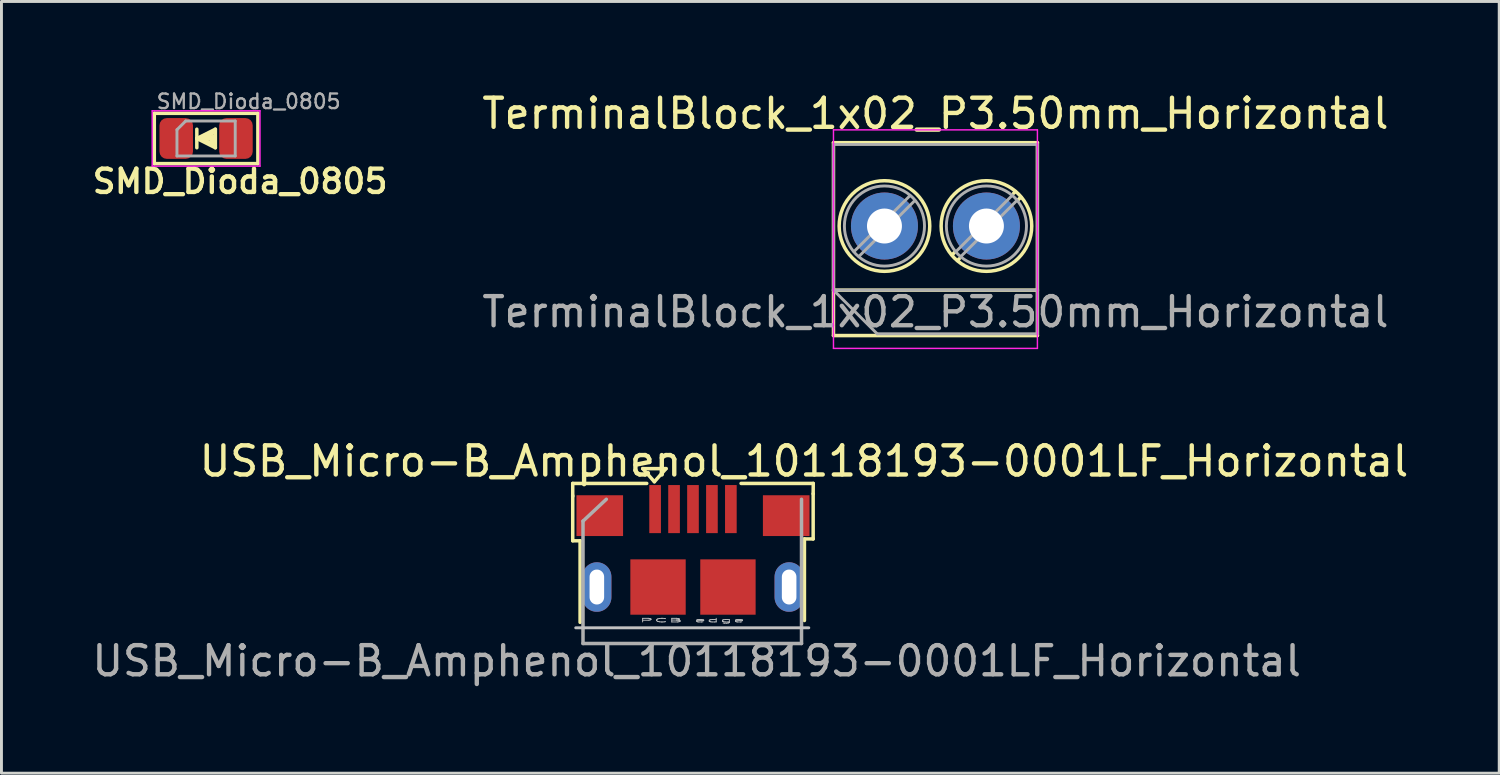
<source format=kicad_pcb>
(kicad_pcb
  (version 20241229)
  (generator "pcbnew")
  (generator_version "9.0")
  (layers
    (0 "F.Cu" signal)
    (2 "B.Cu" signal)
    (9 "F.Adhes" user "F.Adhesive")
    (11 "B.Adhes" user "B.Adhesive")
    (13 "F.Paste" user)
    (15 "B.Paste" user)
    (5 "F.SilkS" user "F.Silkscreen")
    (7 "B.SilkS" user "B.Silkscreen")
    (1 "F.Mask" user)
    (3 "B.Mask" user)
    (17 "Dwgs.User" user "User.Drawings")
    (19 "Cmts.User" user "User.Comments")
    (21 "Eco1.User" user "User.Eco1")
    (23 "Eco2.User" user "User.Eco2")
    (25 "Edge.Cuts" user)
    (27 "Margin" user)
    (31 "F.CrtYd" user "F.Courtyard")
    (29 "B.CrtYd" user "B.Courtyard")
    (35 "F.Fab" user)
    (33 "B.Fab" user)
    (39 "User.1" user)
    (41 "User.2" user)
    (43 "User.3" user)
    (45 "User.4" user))
  (footprint "SMD_Dioda_0805"
    (layer "F.Cu")
    (at 4.024 1.703)
    (property "Reference" "SMD_Dioda_0805" (at 1.168 1.473 0) (layer "F.SilkS") (effects (font (size 0.8 0.8) (thickness 0.15))))
    (attr smd)
    (fp_line (start -1.778 -0.864) (end -1.778 0.864) (stroke (width 0.12) (type solid)) (layer "F.SilkS"))
    (fp_line (start -1.778 0.864) (end 1.778 0.864) (stroke (width 0.12) (type solid)) (layer "F.SilkS"))
    (fp_line (start -0.318 -0.318) (end -0.318 0.318) (stroke (width 0.12) (type solid)) (layer "F.SilkS"))
    (fp_line (start -0.318 0) (end 0.318 0.318) (stroke (width 0.12) (type solid)) (layer "F.SilkS"))
    (fp_line (start -0.191 0) (end 0.254 0.191) (stroke (width 0.12) (type solid)) (layer "F.SilkS"))
    (fp_line (start -0.127 0) (end 0.254 -0.191) (stroke (width 0.12) (type solid)) (layer "F.SilkS"))
    (fp_line (start -0.127 0) (end 0.254 0) (stroke (width 0.12) (type solid)) (layer "F.SilkS"))
    (fp_line (start 0.127 0) (end -0.318 0) (stroke (width 0.12) (type solid)) (layer "F.SilkS"))
    (fp_line (start 0.254 -0.064) (end -0.191 0) (stroke (width 0.12) (type solid)) (layer "F.SilkS"))
    (fp_line (start 0.254 0) (end 0.254 0.127) (stroke (width 0.12) (type solid)) (layer "F.SilkS"))
    (fp_line (start 0.254 0.127) (end 0.127 0) (stroke (width 0.12) (type solid)) (layer "F.SilkS"))
    (fp_line (start 0.318 -0.318) (end -0.318 0) (stroke (width 0.12) (type solid)) (layer "F.SilkS"))
    (fp_line (start 0.318 -0.318) (end 0.318 0.318) (stroke (width 0.12) (type solid)) (layer "F.SilkS"))
    (fp_line (start 1.778 -0.864) (end -1.778 -0.864) (stroke (width 0.12) (type solid)) (layer "F.SilkS"))
    (fp_line (start 1.778 -0.864) (end 1.778 0.864) (stroke (width 0.12) (type solid)) (layer "F.SilkS"))
    (fp_line (start -1.85 -0.95) (end 1.85 -0.95) (stroke (width 0.05) (type solid)) (layer "F.CrtYd"))
    (fp_line (start -1.85 0.95) (end -1.85 -0.95) (stroke (width 0.05) (type solid)) (layer "F.CrtYd"))
    (fp_line (start 1.85 -0.95) (end 1.85 0.95) (stroke (width 0.05) (type solid)) (layer "F.CrtYd"))
    (fp_line (start 1.85 0.95) (end -1.85 0.95) (stroke (width 0.05) (type solid)) (layer "F.CrtYd"))
    (fp_line (start -1 -0.3) (end -1 0.6) (stroke (width 0.1) (type solid)) (layer "F.Fab"))
    (fp_line (start -1 0.6) (end 1 0.6) (stroke (width 0.1) (type solid)) (layer "F.Fab"))
    (fp_line (start -0.7 -0.6) (end -1 -0.3) (stroke (width 0.1) (type solid)) (layer "F.Fab"))
    (fp_line (start 1 -0.6) (end -0.7 -0.6) (stroke (width 0.1) (type solid)) (layer "F.Fab"))
    (fp_line (start 1 0.6) (end 1 -0.6) (stroke (width 0.1) (type solid)) (layer "F.Fab"))
    (fp_text user "${REFERENCE}" (at 1.46 -1.27 0) (layer "F.Fab") (effects (font (size 0.5 0.5) (thickness 0.08))))
    (pad "1" smd roundrect (at -1.025 0) (size 1.15 1.4) (layers "F.Cu" "F.Mask" "F.Paste") (roundrect_rratio 0.217))
    (pad "2" smd roundrect (at 1.025 0) (size 1.15 1.4) (layers "F.Cu" "F.Mask" "F.Paste") (roundrect_rratio 0.217)))
  (footprint "USB_Micro-B_Amphenol_10118193-0001LF_Horizontal"
    (layer "F.Cu")
    (at 20.736 17.099)
    (property "Reference" "USB_Micro-B_Amphenol_10118193-0001LF_Horizontal" (at 3.81 -4.318 180) (layer "F.SilkS") (effects (font (size 1 1) (thickness 0.15))))
    (attr smd)
    (fp_line (start -4.128 -3.556) (end -4.128 -3.111) (stroke (width 0.12) (type solid)) (layer "F.SilkS"))
    (fp_line (start -4.128 -1.589) (end -4.128 -3.139) (stroke (width 0.12) (type solid)) (layer "F.SilkS"))
    (fp_line (start -3.875 1.211) (end -3.875 -1.589) (stroke (width 0.12) (type solid)) (layer "F.SilkS"))
    (fp_line (start -3.873 -1.587) (end -4.128 -1.587) (stroke (width 0.12) (type solid)) (layer "F.SilkS"))
    (fp_line (start -1.725 -4.064) (end -0.925 -4.064) (stroke (width 0.12) (type solid)) (layer "F.SilkS"))
    (fp_line (start -1.587 -3.556) (end -4.128 -3.556) (stroke (width 0.12) (type solid)) (layer "F.SilkS"))
    (fp_line (start -1.325 -3.614) (end -1.725 -4.064) (stroke (width 0.12) (type solid)) (layer "F.SilkS"))
    (fp_line (start -0.925 -4.064) (end -1.325 -3.614) (stroke (width 0.12) (type solid)) (layer "F.SilkS"))
    (fp_line (start 3.825 -1.651) (end 4.125 -1.651) (stroke (width 0.12) (type solid)) (layer "F.SilkS"))
    (fp_line (start 3.825 1.149) (end 3.825 -1.651) (stroke (width 0.12) (type solid)) (layer "F.SilkS"))
    (fp_line (start 4.125 -3.201) (end 4.128 -3.556) (stroke (width 0.12) (type solid)) (layer "F.SilkS"))
    (fp_line (start 4.125 -1.651) (end 4.125 -3.201) (stroke (width 0.12) (type solid)) (layer "F.SilkS"))
    (fp_line (start 4.128 -3.556) (end 1.651 -3.556) (stroke (width 0.12) (type solid)) (layer "F.SilkS"))
    (fp_line (start -4.025 1.4) (end 3.975 1.4) (stroke (width 0.1) (type solid)) (layer "Dwgs.User"))
    (fp_line (start -3.775 -2.262) (end -2.975 -3.012) (stroke (width 0.12) (type solid)) (layer "F.Fab"))
    (fp_line (start -3.775 1.938) (end -3.775 -2.262) (stroke (width 0.12) (type solid)) (layer "F.Fab"))
    (fp_line (start 3.725 -3.012) (end 3.725 1.938) (stroke (width 0.12) (type solid)) (layer "F.Fab"))
    (fp_line (start 3.725 1.938) (end -3.775 1.938) (stroke (width 0.12) (type solid)) (layer "F.Fab"))
    (fp_text user "PCB edge" (at -0.025 1.143 180) (layer "Dwgs.User") (effects (font (size 0.125 0.5) (thickness 0.031))))
    (fp_text user "${REFERENCE}" (at 0.127 2.54 180) (layer "F.Fab") (effects (font (size 1 1) (thickness 0.15))))
    (pad "1" smd rect (at -1.3 -2.675 90) (size 1.65 0.4) (layers "F.Cu" "F.Mask" "F.Paste"))
    (pad "2" smd rect (at -0.65 -2.675 90) (size 1.65 0.4) (layers "F.Cu" "F.Mask" "F.Paste"))
    (pad "3" smd rect (at 0 -2.675 90) (size 1.65 0.4) (layers "F.Cu" "F.Mask" "F.Paste"))
    (pad "4" smd rect (at 0.65 -2.675 90) (size 1.65 0.4) (layers "F.Cu" "F.Mask" "F.Paste"))
    (pad "5" smd rect (at 1.3 -2.675 90) (size 1.65 0.4) (layers "F.Cu" "F.Mask" "F.Paste"))
    (pad "6" thru_hole oval (at -3.3 0 90) (size 1.7 1) (drill oval 1.2 0.5) (layers "*.Cu" "*.Mask"))
    (pad "6" smd rect (at -3.2 -2.45) (size 1.6 1.4) (layers "F.Cu" "F.Mask" "F.Paste"))
    (pad "6" smd rect (at -1.2 0 90) (size 1.9 1.9) (layers "F.Cu" "F.Mask" "F.Paste"))
    (pad "6" smd rect (at 1.2 0 90) (size 1.9 1.9) (layers "F.Cu" "F.Mask" "F.Paste"))
    (pad "6" smd rect (at 3.2 -2.45) (size 1.6 1.4) (layers "F.Cu" "F.Mask" "F.Paste"))
    (pad "6" thru_hole oval (at 3.3 0 90) (size 1.7 1) (drill oval 1.2 0.5) (layers "*.Cu" "*.Mask")))
  (footprint "TerminalBlock_1x02_P3.50mm_Horizontal"
    (layer "F.Cu")
    (at 27.308 4.708)
    (property "Reference" "TerminalBlock_1x02_P3.50mm_Horizontal" (at 1.75 -3.86 0) (layer "F.SilkS") (effects (font (size 1 1) (thickness 0.15))))
    (attr through_hole)
    (fp_line (start -1.75 -2.86) (end -1.75 3.76) (stroke (width 0.12) (type solid)) (layer "F.SilkS"))
    (fp_line (start -1.75 -2.86) (end 5.25 -2.86) (stroke (width 0.12) (type solid)) (layer "F.SilkS"))
    (fp_line (start -1.75 2.2) (end 5.25 2.2) (stroke (width 0.12) (type solid)) (layer "F.SilkS"))
    (fp_line (start -1.75 3.76) (end 5.25 3.76) (stroke (width 0.12) (type solid)) (layer "F.SilkS"))
    (fp_line (start 2.397 0.914) (end 2.321 0.99) (stroke (width 0.12) (type solid)) (layer "F.SilkS"))
    (fp_line (start 2.565 1.125) (end 2.511 1.18) (stroke (width 0.12) (type solid)) (layer "F.SilkS"))
    (fp_line (start 4.49 -1.18) (end 4.436 -1.126) (stroke (width 0.12) (type solid)) (layer "F.SilkS"))
    (fp_line (start 4.68 -0.99) (end 4.604 -0.914) (stroke (width 0.12) (type solid)) (layer "F.SilkS"))
    (fp_line (start 5.25 -2.86) (end 5.25 3.76) (stroke (width 0.12) (type solid)) (layer "F.SilkS"))
    (fp_circle (center 0 0) (end 1.555 0) (stroke (width 0.12) (type solid)) (fill no) (layer "F.SilkS"))
    (fp_circle (center 3.5 0) (end 5.055 0) (stroke (width 0.12) (type solid)) (fill no) (layer "F.SilkS"))
    (fp_line (start -1.75 -3.3) (end -1.75 4.2) (stroke (width 0.05) (type solid)) (layer "F.CrtYd"))
    (fp_line (start -1.75 4.2) (end 5.25 4.2) (stroke (width 0.05) (type solid)) (layer "F.CrtYd"))
    (fp_line (start 5.25 -3.3) (end -1.75 -3.3) (stroke (width 0.05) (type solid)) (layer "F.CrtYd"))
    (fp_line (start 5.25 4.2) (end 5.25 -3.3) (stroke (width 0.05) (type solid)) (layer "F.CrtYd"))
    (fp_line (start -1.75 -2.8) (end 5.25 -2.8) (stroke (width 0.1) (type solid)) (layer "F.Fab"))
    (fp_line (start -1.75 2.2) (end -1.75 -2.8) (stroke (width 0.1) (type solid)) (layer "F.Fab"))
    (fp_line (start -1.75 2.2) (end 5.25 2.2) (stroke (width 0.1) (type solid)) (layer "F.Fab"))
    (fp_line (start -0.25 3.7) (end -1.75 2.2) (stroke (width 0.1) (type solid)) (layer "F.Fab"))
    (fp_line (start 0.876 -1.043) (end -1.043 0.875) (stroke (width 0.1) (type solid)) (layer "F.Fab"))
    (fp_line (start 1.043 -0.875) (end -0.876 1.043) (stroke (width 0.1) (type solid)) (layer "F.Fab"))
    (fp_line (start 4.376 -1.043) (end 2.458 0.875) (stroke (width 0.1) (type solid)) (layer "F.Fab"))
    (fp_line (start 4.543 -0.875) (end 2.625 1.043) (stroke (width 0.1) (type solid)) (layer "F.Fab"))
    (fp_line (start 5.25 -2.8) (end 5.25 3.7) (stroke (width 0.1) (type solid)) (layer "F.Fab"))
    (fp_line (start 5.25 3.7) (end -0.25 3.7) (stroke (width 0.1) (type solid)) (layer "F.Fab"))
    (fp_circle (center 0 0) (end 1.375 0) (stroke (width 0.1) (type solid)) (fill no) (layer "F.Fab"))
    (fp_circle (center 3.5 0) (end 4.875 0) (stroke (width 0.1) (type solid)) (fill no) (layer "F.Fab"))
    (fp_text user "${REFERENCE}" (at 1.75 2.95 0) (layer "F.Fab") (effects (font (size 1 1) (thickness 0.15))))
    (pad "1" thru_hole circle (at 0 0) (size 2.3 2.3) (drill 1.2) (layers "*.Cu" "*.Mask"))
    (pad "2" thru_hole circle (at 3.5 0) (size 2.3 2.3) (drill 1.2) (layers "*.Cu" "*.Mask")))
  (gr_rect
    (start -3 -3)
    (end 48.409 23.488)
    (stroke (width 0.1) (type default))
    (fill no)
    (layer "Edge.Cuts")))
</source>
